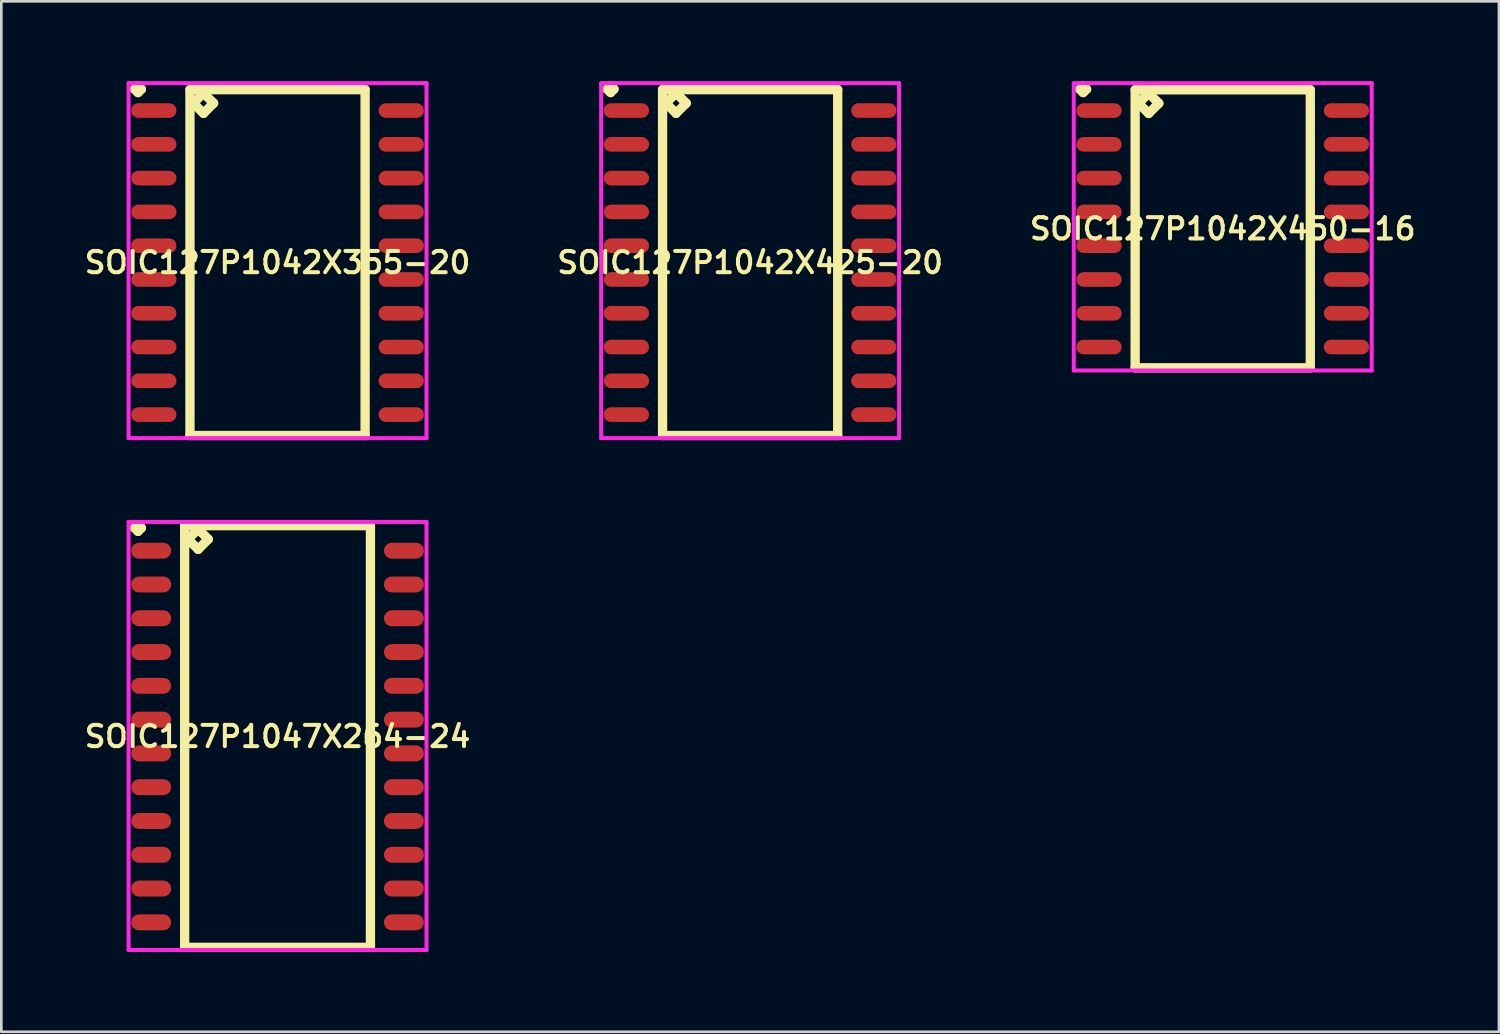
<source format=kicad_pcb>
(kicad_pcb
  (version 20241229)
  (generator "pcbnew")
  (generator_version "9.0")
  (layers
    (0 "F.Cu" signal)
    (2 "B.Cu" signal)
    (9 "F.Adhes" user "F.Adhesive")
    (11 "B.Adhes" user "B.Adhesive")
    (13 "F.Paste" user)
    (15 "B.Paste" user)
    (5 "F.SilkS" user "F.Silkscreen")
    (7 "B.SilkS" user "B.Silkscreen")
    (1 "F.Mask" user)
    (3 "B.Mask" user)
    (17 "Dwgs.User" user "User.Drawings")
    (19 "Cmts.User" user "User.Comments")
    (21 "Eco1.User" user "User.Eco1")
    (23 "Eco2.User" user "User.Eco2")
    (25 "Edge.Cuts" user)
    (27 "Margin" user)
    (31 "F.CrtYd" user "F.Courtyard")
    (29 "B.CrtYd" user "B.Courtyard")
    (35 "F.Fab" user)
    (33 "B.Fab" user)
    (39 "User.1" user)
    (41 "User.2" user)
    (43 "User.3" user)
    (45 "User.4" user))
  (footprint "SOIC127P1042X450-16"
    (layer "F.Cu")
    (at 42.915 5.551)
    (property "Reference" "SOIC127P1042X450-16" (at 0 0 0) (layer "F.SilkS") (effects (font (size 0.8 0.8) (thickness 0.15))))
    (attr smd)
    (fp_line (start -5.373 -5.249) (end -5.246 -5.376) (stroke (width 0.35) (type solid)) (layer "F.SilkS"))
    (fp_line (start -5.246 -5.376) (end -5.119 -5.249) (stroke (width 0.35) (type solid)) (layer "F.SilkS"))
    (fp_line (start -5.246 -5.122) (end -5.373 -5.249) (stroke (width 0.35) (type solid)) (layer "F.SilkS"))
    (fp_line (start -5.119 -5.249) (end -5.246 -5.122) (stroke (width 0.35) (type solid)) (layer "F.SilkS"))
    (fp_line (start -3.292 -5.225) (end -3.292 5.225) (stroke (width 0.35) (type solid)) (layer "F.SilkS"))
    (fp_line (start -3.292 5.225) (end 3.292 5.225) (stroke (width 0.35) (type solid)) (layer "F.SilkS"))
    (fp_line (start -3.165 -4.717) (end -2.784 -5.098) (stroke (width 0.35) (type solid)) (layer "F.SilkS"))
    (fp_line (start -2.784 -5.098) (end -2.403 -4.717) (stroke (width 0.35) (type solid)) (layer "F.SilkS"))
    (fp_line (start -2.784 -4.336) (end -3.165 -4.717) (stroke (width 0.35) (type solid)) (layer "F.SilkS"))
    (fp_line (start -2.403 -4.717) (end -2.784 -4.336) (stroke (width 0.35) (type solid)) (layer "F.SilkS"))
    (fp_line (start 3.292 -5.225) (end -3.292 -5.225) (stroke (width 0.35) (type solid)) (layer "F.SilkS"))
    (fp_line (start 3.292 5.225) (end 3.292 -5.225) (stroke (width 0.35) (type solid)) (layer "F.SilkS"))
    (fp_line (start -5.6 -5.476) (end 5.6 -5.476) (stroke (width 0.15) (type solid)) (layer "F.CrtYd"))
    (fp_line (start -5.6 5.325) (end -5.6 -5.476) (stroke (width 0.15) (type solid)) (layer "F.CrtYd"))
    (fp_line (start 5.6 -5.476) (end 5.6 5.325) (stroke (width 0.15) (type solid)) (layer "F.CrtYd"))
    (fp_line (start 5.6 5.325) (end -5.6 5.325) (stroke (width 0.15) (type solid)) (layer "F.CrtYd"))
    (pad "1" smd oval (at -4.65 -4.445) (size 1.7 0.55) (layers "F.Cu" "F.Mask" "F.Paste"))
    (pad "2" smd oval (at -4.65 -3.175) (size 1.7 0.55) (layers "F.Cu" "F.Mask" "F.Paste"))
    (pad "3" smd oval (at -4.65 -1.905) (size 1.7 0.55) (layers "F.Cu" "F.Mask" "F.Paste"))
    (pad "4" smd oval (at -4.65 -0.635) (size 1.7 0.55) (layers "F.Cu" "F.Mask" "F.Paste"))
    (pad "5" smd oval (at -4.65 0.635) (size 1.7 0.55) (layers "F.Cu" "F.Mask" "F.Paste"))
    (pad "6" smd oval (at -4.65 1.905) (size 1.7 0.55) (layers "F.Cu" "F.Mask" "F.Paste"))
    (pad "7" smd oval (at -4.65 3.175) (size 1.7 0.55) (layers "F.Cu" "F.Mask" "F.Paste"))
    (pad "8" smd oval (at -4.65 4.445) (size 1.7 0.55) (layers "F.Cu" "F.Mask" "F.Paste"))
    (pad "9" smd oval (at 4.65 4.445) (size 1.7 0.55) (layers "F.Cu" "F.Mask" "F.Paste"))
    (pad "10" smd oval (at 4.65 3.175) (size 1.7 0.55) (layers "F.Cu" "F.Mask" "F.Paste"))
    (pad "11" smd oval (at 4.65 1.905) (size 1.7 0.55) (layers "F.Cu" "F.Mask" "F.Paste"))
    (pad "12" smd oval (at 4.65 0.635) (size 1.7 0.55) (layers "F.Cu" "F.Mask" "F.Paste"))
    (pad "13" smd oval (at 4.65 -0.635) (size 1.7 0.55) (layers "F.Cu" "F.Mask" "F.Paste"))
    (pad "14" smd oval (at 4.65 -1.905) (size 1.7 0.55) (layers "F.Cu" "F.Mask" "F.Paste"))
    (pad "15" smd oval (at 4.65 -3.175) (size 1.7 0.55) (layers "F.Cu" "F.Mask" "F.Paste"))
    (pad "16" smd oval (at 4.65 -4.445) (size 1.7 0.55) (layers "F.Cu" "F.Mask" "F.Paste")))
  (footprint "SOIC127P1042X425-20"
    (layer "F.Cu")
    (at 25.149 6.821)
    (property "Reference" "SOIC127P1042X425-20" (at 0 0 0) (layer "F.SilkS") (effects (font (size 0.8 0.8) (thickness 0.15))))
    (attr smd)
    (fp_line (start -5.373 -6.519) (end -5.246 -6.646) (stroke (width 0.35) (type solid)) (layer "F.SilkS"))
    (fp_line (start -5.246 -6.646) (end -5.119 -6.519) (stroke (width 0.35) (type solid)) (layer "F.SilkS"))
    (fp_line (start -5.246 -6.392) (end -5.373 -6.519) (stroke (width 0.35) (type solid)) (layer "F.SilkS"))
    (fp_line (start -5.119 -6.519) (end -5.246 -6.392) (stroke (width 0.35) (type solid)) (layer "F.SilkS"))
    (fp_line (start -3.292 -6.5) (end -3.292 6.5) (stroke (width 0.35) (type solid)) (layer "F.SilkS"))
    (fp_line (start -3.292 6.5) (end 3.292 6.5) (stroke (width 0.35) (type solid)) (layer "F.SilkS"))
    (fp_line (start -3.165 -5.992) (end -2.784 -6.373) (stroke (width 0.35) (type solid)) (layer "F.SilkS"))
    (fp_line (start -2.784 -6.373) (end -2.403 -5.992) (stroke (width 0.35) (type solid)) (layer "F.SilkS"))
    (fp_line (start -2.784 -5.611) (end -3.165 -5.992) (stroke (width 0.35) (type solid)) (layer "F.SilkS"))
    (fp_line (start -2.403 -5.992) (end -2.784 -5.611) (stroke (width 0.35) (type solid)) (layer "F.SilkS"))
    (fp_line (start 3.292 -6.5) (end -3.292 -6.5) (stroke (width 0.35) (type solid)) (layer "F.SilkS"))
    (fp_line (start 3.292 6.5) (end 3.292 -6.5) (stroke (width 0.35) (type solid)) (layer "F.SilkS"))
    (fp_line (start -5.6 -6.746) (end 5.6 -6.746) (stroke (width 0.15) (type solid)) (layer "F.CrtYd"))
    (fp_line (start -5.6 6.6) (end -5.6 -6.746) (stroke (width 0.15) (type solid)) (layer "F.CrtYd"))
    (fp_line (start 5.6 -6.746) (end 5.6 6.6) (stroke (width 0.15) (type solid)) (layer "F.CrtYd"))
    (fp_line (start 5.6 6.6) (end -5.6 6.6) (stroke (width 0.15) (type solid)) (layer "F.CrtYd"))
    (pad "1" smd oval (at -4.65 -5.715) (size 1.7 0.55) (layers "F.Cu" "F.Mask" "F.Paste"))
    (pad "2" smd oval (at -4.65 -4.445) (size 1.7 0.55) (layers "F.Cu" "F.Mask" "F.Paste"))
    (pad "3" smd oval (at -4.65 -3.175) (size 1.7 0.55) (layers "F.Cu" "F.Mask" "F.Paste"))
    (pad "4" smd oval (at -4.65 -1.905) (size 1.7 0.55) (layers "F.Cu" "F.Mask" "F.Paste"))
    (pad "5" smd oval (at -4.65 -0.635) (size 1.7 0.55) (layers "F.Cu" "F.Mask" "F.Paste"))
    (pad "6" smd oval (at -4.65 0.635) (size 1.7 0.55) (layers "F.Cu" "F.Mask" "F.Paste"))
    (pad "7" smd oval (at -4.65 1.905) (size 1.7 0.55) (layers "F.Cu" "F.Mask" "F.Paste"))
    (pad "8" smd oval (at -4.65 3.175) (size 1.7 0.55) (layers "F.Cu" "F.Mask" "F.Paste"))
    (pad "9" smd oval (at -4.65 4.445) (size 1.7 0.55) (layers "F.Cu" "F.Mask" "F.Paste"))
    (pad "10" smd oval (at -4.65 5.715) (size 1.7 0.55) (layers "F.Cu" "F.Mask" "F.Paste"))
    (pad "11" smd oval (at 4.65 5.715) (size 1.7 0.55) (layers "F.Cu" "F.Mask" "F.Paste"))
    (pad "12" smd oval (at 4.65 4.445) (size 1.7 0.55) (layers "F.Cu" "F.Mask" "F.Paste"))
    (pad "13" smd oval (at 4.65 3.175) (size 1.7 0.55) (layers "F.Cu" "F.Mask" "F.Paste"))
    (pad "14" smd oval (at 4.65 1.905) (size 1.7 0.55) (layers "F.Cu" "F.Mask" "F.Paste"))
    (pad "15" smd oval (at 4.65 0.635) (size 1.7 0.55) (layers "F.Cu" "F.Mask" "F.Paste"))
    (pad "16" smd oval (at 4.65 -0.635) (size 1.7 0.55) (layers "F.Cu" "F.Mask" "F.Paste"))
    (pad "17" smd oval (at 4.65 -1.905) (size 1.7 0.55) (layers "F.Cu" "F.Mask" "F.Paste"))
    (pad "18" smd oval (at 4.65 -3.175) (size 1.7 0.55) (layers "F.Cu" "F.Mask" "F.Paste"))
    (pad "19" smd oval (at 4.65 -4.445) (size 1.7 0.55) (layers "F.Cu" "F.Mask" "F.Paste"))
    (pad "20" smd oval (at 4.65 -5.715) (size 1.7 0.55) (layers "F.Cu" "F.Mask" "F.Paste")))
  (footprint "SOIC127P1042X355-20"
    (layer "F.Cu")
    (at 7.383 6.821)
    (property "Reference" "SOIC127P1042X355-20" (at 0 0 0) (layer "F.SilkS") (effects (font (size 0.8 0.8) (thickness 0.15))))
    (attr smd)
    (fp_line (start -5.373 -6.519) (end -5.246 -6.646) (stroke (width 0.35) (type solid)) (layer "F.SilkS"))
    (fp_line (start -5.246 -6.646) (end -5.119 -6.519) (stroke (width 0.35) (type solid)) (layer "F.SilkS"))
    (fp_line (start -5.246 -6.392) (end -5.373 -6.519) (stroke (width 0.35) (type solid)) (layer "F.SilkS"))
    (fp_line (start -5.119 -6.519) (end -5.246 -6.392) (stroke (width 0.35) (type solid)) (layer "F.SilkS"))
    (fp_line (start -3.292 -6.5) (end -3.292 6.5) (stroke (width 0.35) (type solid)) (layer "F.SilkS"))
    (fp_line (start -3.292 6.5) (end 3.292 6.5) (stroke (width 0.35) (type solid)) (layer "F.SilkS"))
    (fp_line (start -3.165 -5.992) (end -2.784 -6.373) (stroke (width 0.35) (type solid)) (layer "F.SilkS"))
    (fp_line (start -2.784 -6.373) (end -2.403 -5.992) (stroke (width 0.35) (type solid)) (layer "F.SilkS"))
    (fp_line (start -2.784 -5.611) (end -3.165 -5.992) (stroke (width 0.35) (type solid)) (layer "F.SilkS"))
    (fp_line (start -2.403 -5.992) (end -2.784 -5.611) (stroke (width 0.35) (type solid)) (layer "F.SilkS"))
    (fp_line (start 3.292 -6.5) (end -3.292 -6.5) (stroke (width 0.35) (type solid)) (layer "F.SilkS"))
    (fp_line (start 3.292 6.5) (end 3.292 -6.5) (stroke (width 0.35) (type solid)) (layer "F.SilkS"))
    (fp_line (start -5.6 -6.746) (end 5.6 -6.746) (stroke (width 0.15) (type solid)) (layer "F.CrtYd"))
    (fp_line (start -5.6 6.6) (end -5.6 -6.746) (stroke (width 0.15) (type solid)) (layer "F.CrtYd"))
    (fp_line (start 5.6 -6.746) (end 5.6 6.6) (stroke (width 0.15) (type solid)) (layer "F.CrtYd"))
    (fp_line (start 5.6 6.6) (end -5.6 6.6) (stroke (width 0.15) (type solid)) (layer "F.CrtYd"))
    (pad "1" smd oval (at -4.65 -5.715) (size 1.7 0.55) (layers "F.Cu" "F.Mask" "F.Paste"))
    (pad "2" smd oval (at -4.65 -4.445) (size 1.7 0.55) (layers "F.Cu" "F.Mask" "F.Paste"))
    (pad "3" smd oval (at -4.65 -3.175) (size 1.7 0.55) (layers "F.Cu" "F.Mask" "F.Paste"))
    (pad "4" smd oval (at -4.65 -1.905) (size 1.7 0.55) (layers "F.Cu" "F.Mask" "F.Paste"))
    (pad "5" smd oval (at -4.65 -0.635) (size 1.7 0.55) (layers "F.Cu" "F.Mask" "F.Paste"))
    (pad "6" smd oval (at -4.65 0.635) (size 1.7 0.55) (layers "F.Cu" "F.Mask" "F.Paste"))
    (pad "7" smd oval (at -4.65 1.905) (size 1.7 0.55) (layers "F.Cu" "F.Mask" "F.Paste"))
    (pad "8" smd oval (at -4.65 3.175) (size 1.7 0.55) (layers "F.Cu" "F.Mask" "F.Paste"))
    (pad "9" smd oval (at -4.65 4.445) (size 1.7 0.55) (layers "F.Cu" "F.Mask" "F.Paste"))
    (pad "10" smd oval (at -4.65 5.715) (size 1.7 0.55) (layers "F.Cu" "F.Mask" "F.Paste"))
    (pad "11" smd oval (at 4.65 5.715) (size 1.7 0.55) (layers "F.Cu" "F.Mask" "F.Paste"))
    (pad "12" smd oval (at 4.65 4.445) (size 1.7 0.55) (layers "F.Cu" "F.Mask" "F.Paste"))
    (pad "13" smd oval (at 4.65 3.175) (size 1.7 0.55) (layers "F.Cu" "F.Mask" "F.Paste"))
    (pad "14" smd oval (at 4.65 1.905) (size 1.7 0.55) (layers "F.Cu" "F.Mask" "F.Paste"))
    (pad "15" smd oval (at 4.65 0.635) (size 1.7 0.55) (layers "F.Cu" "F.Mask" "F.Paste"))
    (pad "16" smd oval (at 4.65 -0.635) (size 1.7 0.55) (layers "F.Cu" "F.Mask" "F.Paste"))
    (pad "17" smd oval (at 4.65 -1.905) (size 1.7 0.55) (layers "F.Cu" "F.Mask" "F.Paste"))
    (pad "18" smd oval (at 4.65 -3.175) (size 1.7 0.55) (layers "F.Cu" "F.Mask" "F.Paste"))
    (pad "19" smd oval (at 4.65 -4.445) (size 1.7 0.55) (layers "F.Cu" "F.Mask" "F.Paste"))
    (pad "20" smd oval (at 4.65 -5.715) (size 1.7 0.55) (layers "F.Cu" "F.Mask" "F.Paste")))
  (footprint "SOIC127P1047X264-24"
    (layer "F.Cu")
    (at 7.383 24.637)
    (property "Reference" "SOIC127P1047X264-24" (at 0 0 0) (layer "F.SilkS") (effects (font (size 0.8 0.8) (thickness 0.15))))
    (attr smd)
    (fp_line (start -5.373 -7.839) (end -5.246 -7.966) (stroke (width 0.35) (type solid)) (layer "F.SilkS"))
    (fp_line (start -5.246 -7.966) (end -5.119 -7.839) (stroke (width 0.35) (type solid)) (layer "F.SilkS"))
    (fp_line (start -5.246 -7.712) (end -5.373 -7.839) (stroke (width 0.35) (type solid)) (layer "F.SilkS"))
    (fp_line (start -5.119 -7.839) (end -5.246 -7.712) (stroke (width 0.35) (type solid)) (layer "F.SilkS"))
    (fp_line (start -3.492 -7.925) (end -3.492 7.925) (stroke (width 0.35) (type solid)) (layer "F.SilkS"))
    (fp_line (start -3.492 7.925) (end 3.492 7.925) (stroke (width 0.35) (type solid)) (layer "F.SilkS"))
    (fp_line (start -3.365 -7.417) (end -2.984 -7.798) (stroke (width 0.35) (type solid)) (layer "F.SilkS"))
    (fp_line (start -2.984 -7.798) (end -2.603 -7.417) (stroke (width 0.35) (type solid)) (layer "F.SilkS"))
    (fp_line (start -2.984 -7.036) (end -3.365 -7.417) (stroke (width 0.35) (type solid)) (layer "F.SilkS"))
    (fp_line (start -2.603 -7.417) (end -2.984 -7.036) (stroke (width 0.35) (type solid)) (layer "F.SilkS"))
    (fp_line (start 3.492 -7.925) (end -3.492 -7.925) (stroke (width 0.35) (type solid)) (layer "F.SilkS"))
    (fp_line (start 3.492 7.925) (end 3.492 -7.925) (stroke (width 0.35) (type solid)) (layer "F.SilkS"))
    (fp_line (start -5.6 -8.066) (end 5.6 -8.066) (stroke (width 0.15) (type solid)) (layer "F.CrtYd"))
    (fp_line (start -5.6 8.025) (end -5.6 -8.066) (stroke (width 0.15) (type solid)) (layer "F.CrtYd"))
    (fp_line (start 5.6 -8.066) (end 5.6 8.025) (stroke (width 0.15) (type solid)) (layer "F.CrtYd"))
    (fp_line (start 5.6 8.025) (end -5.6 8.025) (stroke (width 0.15) (type solid)) (layer "F.CrtYd"))
    (pad "1" smd oval (at -4.75 -6.985) (size 1.5 0.6) (layers "F.Cu" "F.Mask" "F.Paste"))
    (pad "2" smd oval (at -4.75 -5.715) (size 1.5 0.6) (layers "F.Cu" "F.Mask" "F.Paste"))
    (pad "3" smd oval (at -4.75 -4.445) (size 1.5 0.6) (layers "F.Cu" "F.Mask" "F.Paste"))
    (pad "4" smd oval (at -4.75 -3.175) (size 1.5 0.6) (layers "F.Cu" "F.Mask" "F.Paste"))
    (pad "5" smd oval (at -4.75 -1.905) (size 1.5 0.6) (layers "F.Cu" "F.Mask" "F.Paste"))
    (pad "6" smd oval (at -4.75 -0.635) (size 1.5 0.6) (layers "F.Cu" "F.Mask" "F.Paste"))
    (pad "7" smd oval (at -4.75 0.635) (size 1.5 0.6) (layers "F.Cu" "F.Mask" "F.Paste"))
    (pad "8" smd oval (at -4.75 1.905) (size 1.5 0.6) (layers "F.Cu" "F.Mask" "F.Paste"))
    (pad "9" smd oval (at -4.75 3.175) (size 1.5 0.6) (layers "F.Cu" "F.Mask" "F.Paste"))
    (pad "10" smd oval (at -4.75 4.445) (size 1.5 0.6) (layers "F.Cu" "F.Mask" "F.Paste"))
    (pad "11" smd oval (at -4.75 5.715) (size 1.5 0.6) (layers "F.Cu" "F.Mask" "F.Paste"))
    (pad "12" smd oval (at -4.75 6.985) (size 1.5 0.6) (layers "F.Cu" "F.Mask" "F.Paste"))
    (pad "13" smd oval (at 4.75 6.985) (size 1.5 0.6) (layers "F.Cu" "F.Mask" "F.Paste"))
    (pad "14" smd oval (at 4.75 5.715) (size 1.5 0.6) (layers "F.Cu" "F.Mask" "F.Paste"))
    (pad "15" smd oval (at 4.75 4.445) (size 1.5 0.6) (layers "F.Cu" "F.Mask" "F.Paste"))
    (pad "16" smd oval (at 4.75 3.175) (size 1.5 0.6) (layers "F.Cu" "F.Mask" "F.Paste"))
    (pad "17" smd oval (at 4.75 1.905) (size 1.5 0.6) (layers "F.Cu" "F.Mask" "F.Paste"))
    (pad "18" smd oval (at 4.75 0.635) (size 1.5 0.6) (layers "F.Cu" "F.Mask" "F.Paste"))
    (pad "19" smd oval (at 4.75 -0.635) (size 1.5 0.6) (layers "F.Cu" "F.Mask" "F.Paste"))
    (pad "20" smd oval (at 4.75 -1.905) (size 1.5 0.6) (layers "F.Cu" "F.Mask" "F.Paste"))
    (pad "21" smd oval (at 4.75 -3.175) (size 1.5 0.6) (layers "F.Cu" "F.Mask" "F.Paste"))
    (pad "22" smd oval (at 4.75 -4.445) (size 1.5 0.6) (layers "F.Cu" "F.Mask" "F.Paste"))
    (pad "23" smd oval (at 4.75 -5.715) (size 1.5 0.6) (layers "F.Cu" "F.Mask" "F.Paste"))
    (pad "24" smd oval (at 4.75 -6.985) (size 1.5 0.6) (layers "F.Cu" "F.Mask" "F.Paste")))
  (gr_rect
    (start -3 -3)
    (end 53.299 35.737)
    (stroke (width 0.1) (type default))
    (fill no)
    (layer "Edge.Cuts")))
</source>
